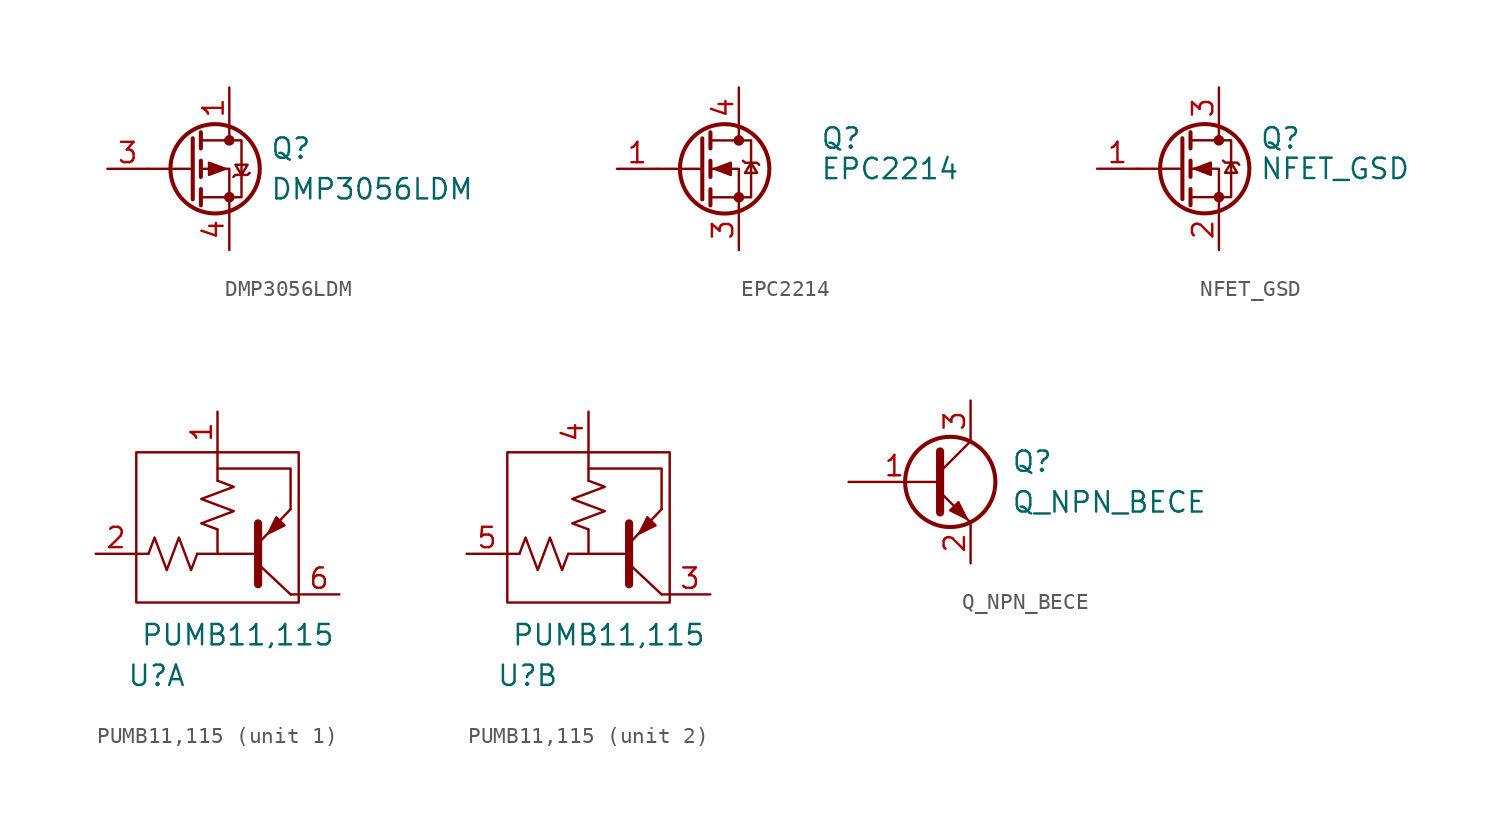
<source format=kicad_sym>
(kicad_symbol_lib
  (version 20231120)
  (generator "kicad_symbol_editor")
  (generator_version "8.0")
  (symbol "DMP3056LDM"
    (pin_names
      (offset 0) hide)
    (property "Reference" "Q"
      (at 5.08 1.27 0)
      (effects (font (size 1.27 1.27)) (justify left)))
    (property "Value" "DMP3056LDM"
      (at 5.08 -1.27 0)
      (effects (font (size 1.27 1.27)) (justify left)))
    (symbol "DMP3056LDM_0_1"
      (polyline (pts (xy 0.254 0) (xy -2.54 0)) (stroke (width 0) (type default)) (fill (type none)))
      (polyline (pts (xy 0.254 1.905) (xy 0.254 -1.905)) (stroke (width 0.254) (type default)) (fill (type none)))
      (polyline (pts (xy 0.762 -1.27) (xy 0.762 -2.286)) (stroke (width 0.254) (type default)) (fill (type none)))
      (polyline (pts (xy 0.762 0.508) (xy 0.762 -0.508)) (stroke (width 0.254) (type default)) (fill (type none)))
      (polyline (pts (xy 0.762 2.286) (xy 0.762 1.27)) (stroke (width 0.254) (type default)) (fill (type none)))
      (polyline (pts (xy 2.54 2.54) (xy 2.54 1.778)) (stroke (width 0) (type default)) (fill (type none)))
      (polyline (pts (xy 2.54 -2.54) (xy 2.54 0) (xy 0.762 0)) (stroke (width 0) (type default)) (fill (type none)))
      (polyline (pts (xy 0.762 1.778) (xy 3.302 1.778) (xy 3.302 -1.778) (xy 0.762 -1.778)) (stroke (width 0) (type default)) (fill (type none)))
      (polyline (pts (xy 2.286 0) (xy 1.27 0.381) (xy 1.27 -0.381) (xy 2.286 0)) (stroke (width 0) (type default)) (fill (type outline)))
      (polyline (pts (xy 2.794 -0.508) (xy 2.921 -0.381) (xy 3.683 -0.381) (xy 3.81 -0.254)) (stroke (width 0) (type default)) (fill (type none)))
      (polyline (pts (xy 3.302 -0.381) (xy 2.921 0.254) (xy 3.683 0.254) (xy 3.302 -0.381)) (stroke (width 0) (type default)) (fill (type none)))
      (circle (center 1.651 0) (radius 2.794) (stroke (width 0.254) (type default)) (fill (type none)))
      (circle (center 2.54 -1.778) (radius 0.254) (stroke (width 0) (type default)) (fill (type outline)))
      (circle (center 2.54 1.778) (radius 0.254) (stroke (width 0) (type default)) (fill (type outline))))
    (symbol "DMP3056LDM_1_1"
      (pin passive line (at 2.54 5.08 270) (length 2.54) (name "D" (effects (font (size 1.27 1.27)))) (number "1" (effects (font (size 1.27 1.27)))))
      (pin passive line (at 2.54 5.08 270) (length 2.54) hide (name "D" (effects (font (size 1.27 1.27)))) (number "2" (effects (font (size 1.27 1.27)))))
      (pin input line (at -5.08 0 0) (length 2.54) (name "G" (effects (font (size 1.27 1.27)))) (number "3" (effects (font (size 1.27 1.27)))))
      (pin passive line (at 2.54 -5.08 90) (length 2.54) (name "S" (effects (font (size 1.27 1.27)))) (number "4" (effects (font (size 1.27 1.27)))))
      (pin passive line (at 2.54 5.08 270) (length 2.54) hide (name "D" (effects (font (size 1.27 1.27)))) (number "5" (effects (font (size 1.27 1.27)))))
      (pin passive line (at 2.54 5.08 270) (length 2.54) hide (name "D" (effects (font (size 1.27 1.27)))) (number "6" (effects (font (size 1.27 1.27)))))))
  (symbol "EPC2214"
    (pin_names
      (offset 0) hide)
    (property "Reference" "Q"
      (at 5.08 1.905 0)
      (effects (font (size 1.27 1.27)) (justify left)))
    (property "Value" "EPC2214"
      (at 5.08 0 0)
      (effects (font (size 1.27 1.27)) (justify left)))
    (symbol "EPC2214_0_1"
      (circle (center -0.889 0) (radius 2.794) (stroke (width 0.254) (type default)) (fill (type none)))
      (circle (center 0 -1.778) (radius 0.254) (stroke (width 0) (type default)) (fill (type outline)))
      (polyline (pts (xy -2.286 0) (xy -5.08 0)) (stroke (width 0) (type default)) (fill (type none)))
      (polyline (pts (xy -2.286 1.905) (xy -2.286 -1.905)) (stroke (width 0.254) (type default)) (fill (type none)))
      (polyline (pts (xy -1.778 -1.27) (xy -1.778 -2.286)) (stroke (width 0.254) (type default)) (fill (type none)))
      (polyline (pts (xy -1.778 0.508) (xy -1.778 -0.508)) (stroke (width 0.254) (type default)) (fill (type none)))
      (polyline (pts (xy -1.778 2.286) (xy -1.778 1.27)) (stroke (width 0.254) (type default)) (fill (type none)))
      (polyline (pts (xy 0 2.54) (xy 0 1.778)) (stroke (width 0) (type default)) (fill (type none)))
      (polyline (pts (xy 0 -2.54) (xy 0 0) (xy -1.778 0)) (stroke (width 0) (type default)) (fill (type none)))
      (polyline (pts (xy -1.778 -1.778) (xy 0.762 -1.778) (xy 0.762 1.778) (xy -1.778 1.778)) (stroke (width 0) (type default)) (fill (type none)))
      (polyline (pts (xy -1.524 0) (xy -0.508 0.381) (xy -0.508 -0.381) (xy -1.524 0)) (stroke (width 0) (type default)) (fill (type outline)))
      (polyline (pts (xy 0.254 0.508) (xy 0.381 0.381) (xy 1.143 0.381) (xy 1.27 0.254)) (stroke (width 0) (type default)) (fill (type none)))
      (polyline (pts (xy 0.762 0.381) (xy 0.381 -0.254) (xy 1.143 -0.254) (xy 0.762 0.381)) (stroke (width 0) (type default)) (fill (type none)))
      (circle (center 0 1.778) (radius 0.254) (stroke (width 0) (type default)) (fill (type outline))))
    (symbol "EPC2214_1_1"
      (pin input line (at -7.62 0 0) (length 2.54) (name "G" (effects (font (size 1.27 1.27)))) (number "1" (effects (font (size 1.27 1.27)))))
      (pin passive line (at 0 -5.08 90) (length 2.54) hide (name "S" (effects (font (size 1.27 1.27)))) (number "2" (effects (font (size 1.27 1.27)))))
      (pin passive line (at 0 -5.08 90) (length 2.54) (name "S" (effects (font (size 1.27 1.27)))) (number "3" (effects (font (size 1.27 1.27)))))
      (pin passive line (at 0 5.08 270) (length 2.54) (name "D" (effects (font (size 1.27 1.27)))) (number "4" (effects (font (size 1.27 1.27)))))
      (pin passive line (at 0 5.08 270) (length 2.54) hide (name "D" (effects (font (size 1.27 1.27)))) (number "5" (effects (font (size 1.27 1.27)))))
      (pin passive line (at 0 5.08 270) (length 2.54) hide (name "D" (effects (font (size 1.27 1.27)))) (number "6" (effects (font (size 1.27 1.27)))))
      (pin passive line (at 0 5.08 270) (length 2.54) hide (name "D" (effects (font (size 1.27 1.27)))) (number "7" (effects (font (size 1.27 1.27)))))
      (pin passive line (at 0 -5.08 90) (length 2.54) hide (name "S" (effects (font (size 1.27 1.27)))) (number "8" (effects (font (size 1.27 1.27)))))
      (pin passive line (at 0 -5.08 90) (length 2.54) hide (name "S" (effects (font (size 1.27 1.27)))) (number "9" (effects (font (size 1.27 1.27)))))))
  (symbol "NFET_GSD"
    (pin_names hide)
    (property "Reference" "Q"
      (at 5.08 1.905 0)
      (effects (font (size 1.27 1.27)) (justify left)))
    (property "Value" "NFET_GSD"
      (at 5.08 0 0)
      (effects (font (size 1.27 1.27)) (justify left)))
    (symbol "NFET_GSD_0_1"
      (polyline (pts (xy 0.254 0) (xy -2.54 0)) (stroke (width 0) (type default)) (fill (type none)))
      (polyline (pts (xy 0.254 1.905) (xy 0.254 -1.905)) (stroke (width 0.254) (type default)) (fill (type none)))
      (polyline (pts (xy 0.762 -1.27) (xy 0.762 -2.286)) (stroke (width 0.254) (type default)) (fill (type none)))
      (polyline (pts (xy 0.762 0.508) (xy 0.762 -0.508)) (stroke (width 0.254) (type default)) (fill (type none)))
      (polyline (pts (xy 0.762 2.286) (xy 0.762 1.27)) (stroke (width 0.254) (type default)) (fill (type none)))
      (polyline (pts (xy 2.54 2.54) (xy 2.54 1.778)) (stroke (width 0) (type default)) (fill (type none)))
      (polyline (pts (xy 2.54 -2.54) (xy 2.54 0) (xy 0.762 0)) (stroke (width 0) (type default)) (fill (type none)))
      (polyline (pts (xy 0.762 -1.778) (xy 3.302 -1.778) (xy 3.302 1.778) (xy 0.762 1.778)) (stroke (width 0) (type default)) (fill (type none)))
      (polyline (pts (xy 1.016 0) (xy 2.032 0.381) (xy 2.032 -0.381) (xy 1.016 0)) (stroke (width 0) (type default)) (fill (type outline)))
      (polyline (pts (xy 2.794 0.508) (xy 2.921 0.381) (xy 3.683 0.381) (xy 3.81 0.254)) (stroke (width 0) (type default)) (fill (type none)))
      (polyline (pts (xy 3.302 0.381) (xy 2.921 -0.254) (xy 3.683 -0.254) (xy 3.302 0.381)) (stroke (width 0) (type default)) (fill (type none)))
      (circle (center 1.651 0) (radius 2.794) (stroke (width 0.254) (type default)) (fill (type none)))
      (circle (center 2.54 -1.778) (radius 0.254) (stroke (width 0) (type default)) (fill (type outline)))
      (circle (center 2.54 1.778) (radius 0.254) (stroke (width 0) (type default)) (fill (type outline))))
    (symbol "NFET_GSD_1_1"
      (pin input line (at -5.08 0 0) (length 2.54) (name "G" (effects (font (size 1.27 1.27)))) (number "1" (effects (font (size 1.27 1.27)))))
      (pin passive line (at 2.54 -5.08 90) (length 2.54) (name "S" (effects (font (size 1.27 1.27)))) (number "2" (effects (font (size 1.27 1.27)))))
      (pin passive line (at 2.54 5.08 270) (length 2.54) (name "D" (effects (font (size 1.27 1.27)))) (number "3" (effects (font (size 1.27 1.27)))))))
  (symbol "PUMB11,115"
    (property "Reference" "U"
      (at -3.81 -8.89 0)
      (effects (font (size 1.27 1.27))))
    (property "Value" "PUMB11,115"
      (at 1.27 -6.35 0)
      (effects (font (size 1.27 1.27))))
    (symbol "PUMB11,115_0_1"
      (rectangle (start -5.08 5.08) (end 5.08 -4.318) (stroke (width 0) (type default)) (fill (type none)))
      (polyline (pts (xy -5.08 -1.27) (xy -5.08 -1.27)) (stroke (width 0) (type default)) (fill (type none)))
      (polyline (pts (xy -5.08 -1.27) (xy -5.08 -1.27)) (stroke (width 0) (type default)) (fill (type none)))
      (polyline (pts (xy -4.318 -1.27) (xy -5.08 -1.27)) (stroke (width 0) (type default)) (fill (type none)))
      (polyline (pts (xy 0 5.08) (xy 0 3.302)) (stroke (width 0) (type default)) (fill (type none)))
      (polyline (pts (xy 2.54 -1.905) (xy 4.572 -3.81)) (stroke (width 0) (type default)) (fill (type none)))
      (polyline (pts (xy 4.572 -3.81) (xy 5.08 -3.81)) (stroke (width 0) (type default)) (fill (type none)))
      (polyline (pts (xy -1.27 -1.27) (xy 0 -1.27) (xy 0 -1.27)) (stroke (width 0) (type default)) (fill (type none)))
      (polyline (pts (xy 0 0.254) (xy 0 -1.27) (xy 2.54 -1.27)) (stroke (width 0) (type default)) (fill (type none)))
      (polyline (pts (xy 2.54 -3.175) (xy 2.54 0.635) (xy 2.54 0.635)) (stroke (width 0.508) (type default)) (fill (type none)))
      (polyline (pts (xy 2.54 -0.635) (xy 4.572 1.524) (xy 4.572 1.524)) (stroke (width 0) (type default)) (fill (type none)))
      (polyline (pts (xy 4.572 1.524) (xy 4.572 4.064) (xy 0 4.064)) (stroke (width 0) (type default)) (fill (type none)))
      (polyline (pts (xy 4.191 0.508) (xy 3.683 1.016) (xy 3.175 0) (xy 4.191 0.508) (xy 4.191 0.508)) (stroke (width 0) (type default)) (fill (type outline))))
    (symbol "PUMB11,115_1_1"
      (polyline (pts (xy -4.318 -1.27) (xy -3.937 -0.254) (xy -3.556 -1.27) (xy -3.175 -2.286) (xy -2.794 -1.27)) (stroke (width 0) (type default)) (fill (type none)))
      (polyline (pts (xy -2.794 -1.27) (xy -2.413 -0.254) (xy -2.032 -1.27) (xy -1.651 -2.286) (xy -1.27 -1.27)) (stroke (width 0) (type default)) (fill (type none)))
      (polyline (pts (xy 0 1.778) (xy 1.016 1.397) (xy 0 1.016) (xy -1.016 0.635) (xy 0 0.254)) (stroke (width 0) (type default)) (fill (type none)))
      (polyline (pts (xy 0 3.302) (xy 1.016 2.921) (xy 0 2.54) (xy -1.016 2.159) (xy 0 1.778)) (stroke (width 0) (type default)) (fill (type none)))
      (pin passive line (at 0 7.62 270) (length 2.54) (name "~" (effects (font (size 1.27 1.27)))) (number "1" (effects (font (size 1.27 1.27)))))
      (pin passive line (at -7.62 -1.27 0) (length 2.54) (name "~" (effects (font (size 1.27 1.27)))) (number "2" (effects (font (size 1.27 1.27)))))
      (pin passive line (at 7.62 -3.81 180) (length 2.54) (name "~" (effects (font (size 1.27 1.27)))) (number "6" (effects (font (size 1.27 1.27))))))
    (symbol "PUMB11,115_2_1"
      (polyline (pts (xy -4.318 -1.27) (xy -3.937 -0.254) (xy -3.556 -1.27) (xy -3.175 -2.286) (xy -2.794 -1.27)) (stroke (width 0) (type default)) (fill (type none)))
      (polyline (pts (xy -2.794 -1.27) (xy -2.413 -0.254) (xy -2.032 -1.27) (xy -1.651 -2.286) (xy -1.27 -1.27)) (stroke (width 0) (type default)) (fill (type none)))
      (polyline (pts (xy 0 1.778) (xy 1.016 1.397) (xy 0 1.016) (xy -1.016 0.635) (xy 0 0.254)) (stroke (width 0) (type default)) (fill (type none)))
      (polyline (pts (xy 0 3.302) (xy 1.016 2.921) (xy 0 2.54) (xy -1.016 2.159) (xy 0 1.778)) (stroke (width 0) (type default)) (fill (type none)))
      (pin passive line (at 7.62 -3.81 180) (length 2.54) (name "~" (effects (font (size 1.27 1.27)))) (number "3" (effects (font (size 1.27 1.27)))))
      (pin passive line (at 0 7.62 270) (length 2.54) (name "~" (effects (font (size 1.27 1.27)))) (number "4" (effects (font (size 1.27 1.27)))))
      (pin passive line (at -7.62 -1.27 0) (length 2.54) (name "~" (effects (font (size 1.27 1.27)))) (number "5" (effects (font (size 1.27 1.27)))))))
  (symbol "Q_NPN_BECE"
    (pin_names
      (offset 0) hide)
    (property "Reference" "Q"
      (at 5.08 1.27 0)
      (effects (font (size 1.27 1.27)) (justify left)))
    (property "Value" "Q_NPN_BECE"
      (at 5.08 -1.27 0)
      (effects (font (size 1.27 1.27)) (justify left)))
    (symbol "Q_NPN_BECE_0_1"
      (polyline (pts (xy 0.635 0.635) (xy 2.54 2.54)) (stroke (width 0) (type default)) (fill (type none)))
      (polyline (pts (xy 0.635 -0.635) (xy 2.54 -2.54) (xy 2.54 -2.54)) (stroke (width 0) (type default)) (fill (type none)))
      (polyline (pts (xy 0.635 1.905) (xy 0.635 -1.905) (xy 0.635 -1.905)) (stroke (width 0.508) (type default)) (fill (type none)))
      (polyline (pts (xy 1.27 -1.778) (xy 1.778 -1.27) (xy 2.286 -2.286) (xy 1.27 -1.778) (xy 1.27 -1.778)) (stroke (width 0) (type default)) (fill (type outline)))
      (circle (center 1.27 0) (radius 2.819) (stroke (width 0.254) (type default)) (fill (type none))))
    (symbol "Q_NPN_BECE_1_1"
      (pin input line (at -5.08 0 0) (length 5.715) (name "B" (effects (font (size 1.27 1.27)))) (number "1" (effects (font (size 1.27 1.27)))))
      (pin passive line (at 2.54 -5.08 90) (length 2.54) (name "E" (effects (font (size 1.27 1.27)))) (number "2" (effects (font (size 1.27 1.27)))))
      (pin passive line (at 2.54 5.08 270) (length 2.54) (name "C" (effects (font (size 1.27 1.27)))) (number "3" (effects (font (size 1.27 1.27)))))
      (pin passive line (at 2.54 -5.08 90) (length 2.54) hide (name "E" (effects (font (size 1.27 1.27)))) (number "4" (effects (font (size 1.27 1.27))))))))
</source>
